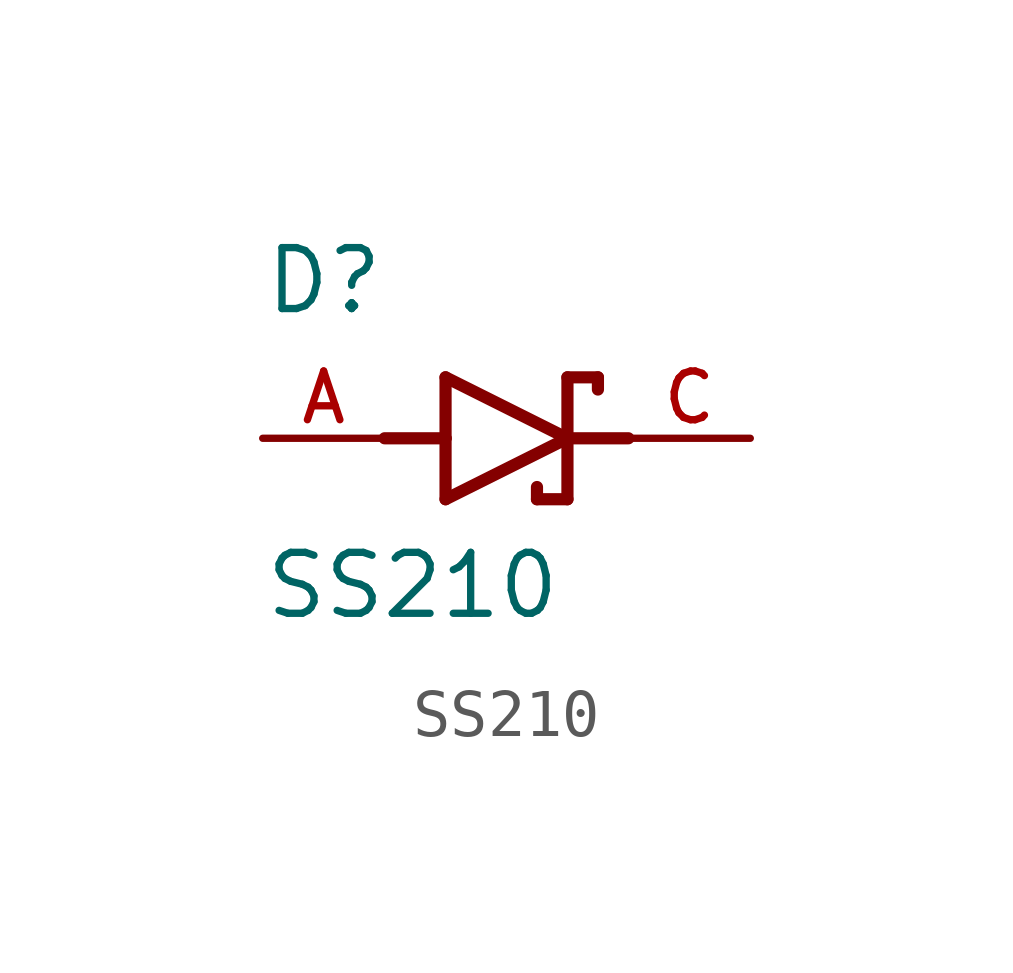
<source format=kicad_sym>
(kicad_symbol_lib
  (version 20211014)
  (generator kicad_symbol_editor)
  (symbol "SS210"
    (pin_names
      (offset 1.016))
    (property "Reference" "D"
      (at -5.08 2.54 0)
      (effects (font (size 1.27 1.27)) (justify bottom left)))
    (property "Value" "SS210"
      (at -5.08 -3.81 0)
      (effects (font (size 1.27 1.27)) (justify bottom left)))
    (symbol "SS210_0_0"
      (polyline (pts (xy -1.27 -1.27) (xy 1.27 0.0)) (stroke (width 0.254)))
      (polyline (pts (xy 1.27 0.0) (xy -1.27 1.27)) (stroke (width 0.254)))
      (polyline (pts (xy 1.905 1.27) (xy 1.27 1.27)) (stroke (width 0.254)))
      (polyline (pts (xy 1.27 1.27) (xy 1.27 0.0)) (stroke (width 0.254)))
      (polyline (pts (xy -1.27 1.27) (xy -1.27 0.0)) (stroke (width 0.254)))
      (polyline (pts (xy -1.27 0.0) (xy -1.27 -1.27)) (stroke (width 0.254)))
      (polyline (pts (xy 1.27 0.0) (xy 1.27 -1.27)) (stroke (width 0.254)))
      (polyline (pts (xy 1.905 1.27) (xy 1.905 1.016)) (stroke (width 0.254)))
      (polyline (pts (xy 1.27 -1.27) (xy 0.635 -1.27)) (stroke (width 0.254)))
      (polyline (pts (xy 0.635 -1.016) (xy 0.635 -1.27)) (stroke (width 0.254)))
      (polyline (pts (xy -2.54 0.0) (xy -1.27 0.0)) (stroke (width 0.254)))
      (polyline (pts (xy 2.54 0.0) (xy 1.27 0.0)) (stroke (width 0.254)))
      (pin passive line (at 5.08 0.0 180.0) (length 2.54) (name "~" (effects (font (size 1.016 1.016)))) (number "C" (effects (font (size 1.016 1.016)))))
      (pin passive line (at -5.08 0.0 0) (length 2.54) (name "~" (effects (font (size 1.016 1.016)))) (number "A" (effects (font (size 1.016 1.016))))))))
</source>
